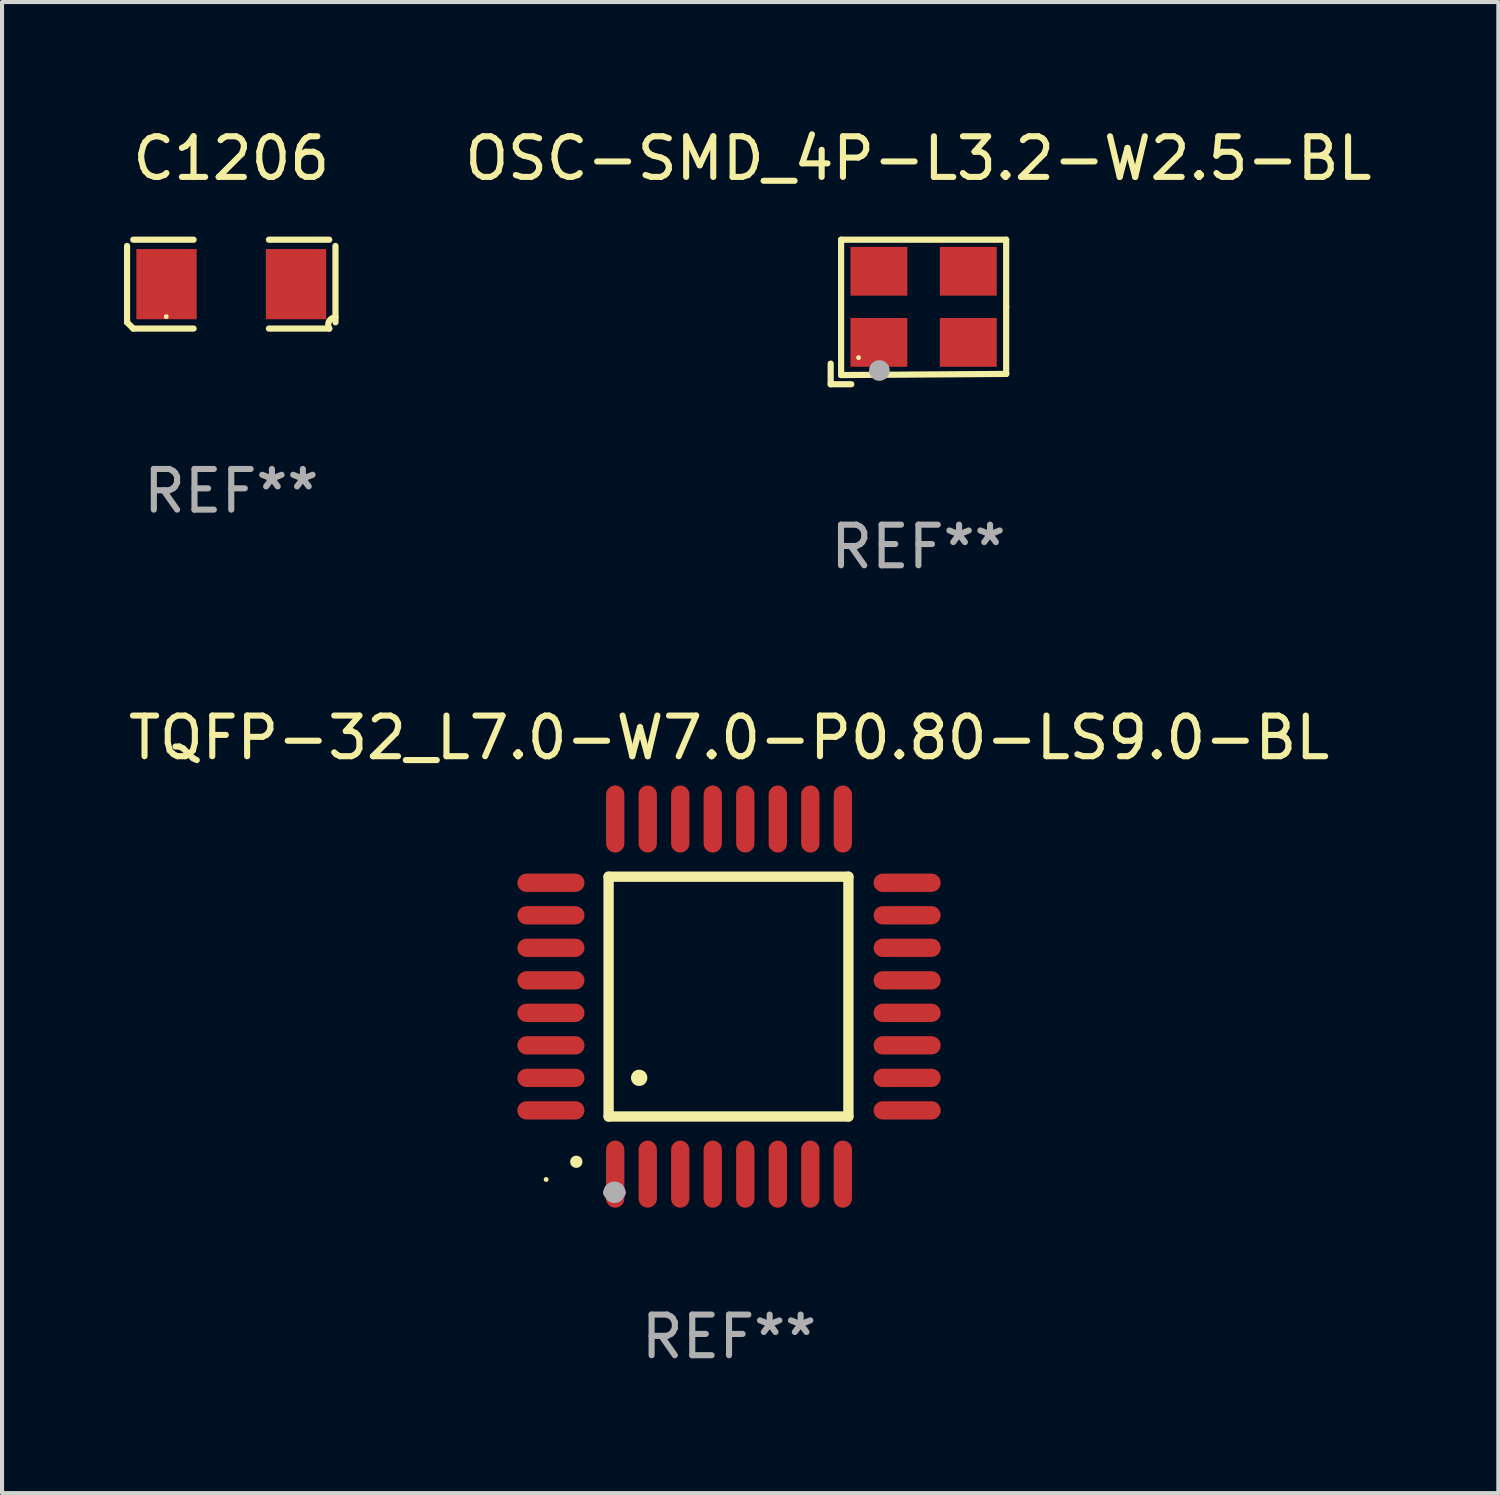
<source format=kicad_pcb>
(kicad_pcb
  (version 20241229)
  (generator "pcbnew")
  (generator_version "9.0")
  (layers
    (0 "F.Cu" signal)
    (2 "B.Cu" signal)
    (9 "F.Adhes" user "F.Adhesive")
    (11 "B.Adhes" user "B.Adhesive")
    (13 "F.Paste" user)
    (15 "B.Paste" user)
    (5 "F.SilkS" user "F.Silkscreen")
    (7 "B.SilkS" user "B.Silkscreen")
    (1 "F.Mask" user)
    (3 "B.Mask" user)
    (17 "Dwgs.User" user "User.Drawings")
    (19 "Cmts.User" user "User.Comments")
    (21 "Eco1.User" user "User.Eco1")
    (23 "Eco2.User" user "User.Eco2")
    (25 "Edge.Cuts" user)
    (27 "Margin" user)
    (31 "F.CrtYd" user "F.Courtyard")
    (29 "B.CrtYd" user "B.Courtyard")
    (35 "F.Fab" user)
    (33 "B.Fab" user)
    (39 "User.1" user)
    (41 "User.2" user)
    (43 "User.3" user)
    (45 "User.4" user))
  (footprint "OSC-SMD_4P-L3.2-W2.5-BL"
    (layer "F.Cu")
    (at 19.547 4.626)
    (property "Reference" "OSC-SMD_4P-L3.2-W2.5-BL" (at 0 -3.778 0) (layer "F.SilkS") (effects (font (size 1 1) (thickness 0.15))))
    (attr through_hole)
    (fp_line (start -2.159 1.27) (end -2.159 1.778) (stroke (width 0.152) (type solid)) (layer "F.SilkS"))
    (fp_line (start -2.159 1.778) (end -1.651 1.778) (stroke (width 0.152) (type solid)) (layer "F.SilkS"))
    (fp_line (start -1.902 -1.778) (end 2.159 -1.778) (stroke (width 0.152) (type solid)) (layer "F.SilkS"))
    (fp_line (start -1.902 1.552) (end -1.902 -1.778) (stroke (width 0.152) (type solid)) (layer "F.SilkS"))
    (fp_line (start 2.159 -1.778) (end 2.159 -0.127) (stroke (width 0.152) (type solid)) (layer "F.SilkS"))
    (fp_line (start 2.159 -0.127) (end 2.159 1.524) (stroke (width 0.152) (type solid)) (layer "F.SilkS"))
    (fp_line (start 2.159 1.524) (end -1.902 1.552) (stroke (width 0.152) (type solid)) (layer "F.SilkS"))
    (fp_line (start 2.159 1.524) (end 2.159 1.524) (stroke (width 0.152) (type solid)) (layer "F.SilkS"))
    (fp_circle (center -1.473 1.123) (end -1.443 1.123) (stroke (width 0.06) (type solid)) (fill no) (layer "F.SilkS"))
    (fp_circle (center -0.961 1.44) (end -0.834 1.44) (stroke (width 0.254) (type solid)) (fill no) (layer "F.Fab"))
    (fp_text user "REF**" (at 0 5.778 0) (layer "F.Fab") (effects (font (size 1 1) (thickness 0.15))))
    (pad "1" smd rect (at -0.973 0.748) (size 1.4 1.2) (layers "F.Cu" "F.Mask" "F.Paste"))
    (pad "2" smd rect (at 1.227 0.748) (size 1.4 1.2) (layers "F.Cu" "F.Mask" "F.Paste"))
    (pad "3" smd rect (at 1.227 -1.002) (size 1.4 1.2) (layers "F.Cu" "F.Mask" "F.Paste"))
    (pad "4" smd rect (at -0.973 -1.002) (size 1.4 1.2) (layers "F.Cu" "F.Mask" "F.Paste")))
  (footprint "TQFP-32_L7.0-W7.0-P0.80-LS9.0-BL"
    (layer "F.Cu")
    (at 14.887 21.47)
    (property "Reference" "TQFP-32_L7.0-W7.0-P0.80-LS9.0-BL" (at 0 -6.369 0) (layer "F.SilkS") (effects (font (size 1 1) (thickness 0.15))))
    (attr through_hole)
    (fp_line (start -2.963 -2.95) (end -2.963 2.95) (stroke (width 0.254) (type solid)) (layer "F.SilkS"))
    (fp_line (start -2.963 2.95) (end 2.937 2.95) (stroke (width 0.254) (type solid)) (layer "F.SilkS"))
    (fp_line (start 2.937 -2.95) (end -2.963 -2.95) (stroke (width 0.254) (type solid)) (layer "F.SilkS"))
    (fp_line (start 2.937 2.95) (end 2.937 -2.95) (stroke (width 0.254) (type solid)) (layer "F.SilkS"))
    (fp_arc (start -3.759208 4.064008) (mid -3.757938 4.064003) (end -3.756668 4.064008) (stroke (width 0.3) (type solid)) (layer "F.SilkS"))
    (fp_arc (start -2.212344 1.998984) (mid -2.211074 1.99898) (end -2.209804 1.998984) (stroke (width 0.4) (type solid)) (layer "F.SilkS"))
    (fp_circle (center -4.5 4.5) (end -4.47 4.5) (stroke (width 0.06) (type solid)) (fill no) (layer "F.SilkS"))
    (fp_arc (start -2.967489 4.82601) (mid -2.819406 4.677927) (end -2.671323 4.82601) (stroke (width 0.254001) (type solid)) (layer "F.Fab"))
    (fp_arc (start -2.967488 4.82601) (mid -2.819406 4.791053) (end -2.671324 4.82601) (stroke (width 0.254001) (type solid)) (layer "F.Fab"))
    (fp_circle (center -2.819 4.826) (end -2.692 4.826) (stroke (width 0.254) (type solid)) (fill no) (layer "F.Fab"))
    (fp_text user "REF**" (at 0 8.369 0) (layer "F.Fab") (effects (font (size 1 1) (thickness 0.15))))
    (pad "1" smd oval (at -2.8 4.369) (size 0.45 1.65) (layers "F.Cu" "F.Mask" "F.Paste"))
    (pad "2" smd oval (at -2 4.369) (size 0.45 1.65) (layers "F.Cu" "F.Mask" "F.Paste"))
    (pad "3" smd oval (at -1.2 4.369) (size 0.45 1.65) (layers "F.Cu" "F.Mask" "F.Paste"))
    (pad "4" smd oval (at -0.4 4.369) (size 0.45 1.65) (layers "F.Cu" "F.Mask" "F.Paste"))
    (pad "5" smd oval (at 0.4 4.369) (size 0.45 1.65) (layers "F.Cu" "F.Mask" "F.Paste"))
    (pad "6" smd oval (at 1.2 4.369) (size 0.45 1.65) (layers "F.Cu" "F.Mask" "F.Paste"))
    (pad "7" smd oval (at 2 4.369) (size 0.45 1.65) (layers "F.Cu" "F.Mask" "F.Paste"))
    (pad "8" smd oval (at 2.8 4.369) (size 0.45 1.65) (layers "F.Cu" "F.Mask" "F.Paste"))
    (pad "9" smd oval (at 4.382 2.8) (size 1.65 0.45) (layers "F.Cu" "F.Mask" "F.Paste"))
    (pad "10" smd oval (at 4.382 2) (size 1.65 0.45) (layers "F.Cu" "F.Mask" "F.Paste"))
    (pad "11" smd oval (at 4.382 1.2) (size 1.65 0.45) (layers "F.Cu" "F.Mask" "F.Paste"))
    (pad "12" smd oval (at 4.382 0.4) (size 1.65 0.45) (layers "F.Cu" "F.Mask" "F.Paste"))
    (pad "13" smd oval (at 4.382 -0.4) (size 1.65 0.45) (layers "F.Cu" "F.Mask" "F.Paste"))
    (pad "14" smd oval (at 4.382 -1.2) (size 1.65 0.45) (layers "F.Cu" "F.Mask" "F.Paste"))
    (pad "15" smd oval (at 4.382 -2) (size 1.65 0.45) (layers "F.Cu" "F.Mask" "F.Paste"))
    (pad "16" smd oval (at 4.382 -2.8) (size 1.65 0.45) (layers "F.Cu" "F.Mask" "F.Paste"))
    (pad "17" smd oval (at 2.8 -4.369) (size 0.45 1.65) (layers "F.Cu" "F.Mask" "F.Paste"))
    (pad "18" smd oval (at 2 -4.369) (size 0.45 1.65) (layers "F.Cu" "F.Mask" "F.Paste"))
    (pad "19" smd oval (at 1.2 -4.369) (size 0.45 1.65) (layers "F.Cu" "F.Mask" "F.Paste"))
    (pad "20" smd oval (at 0.4 -4.369) (size 0.45 1.65) (layers "F.Cu" "F.Mask" "F.Paste"))
    (pad "21" smd oval (at -0.4 -4.369) (size 0.45 1.65) (layers "F.Cu" "F.Mask" "F.Paste"))
    (pad "22" smd oval (at -1.2 -4.369) (size 0.45 1.65) (layers "F.Cu" "F.Mask" "F.Paste"))
    (pad "23" smd oval (at -2 -4.369) (size 0.45 1.65) (layers "F.Cu" "F.Mask" "F.Paste"))
    (pad "24" smd oval (at -2.8 -4.369) (size 0.45 1.65) (layers "F.Cu" "F.Mask" "F.Paste"))
    (pad "25" smd oval (at -4.382 -2.8) (size 1.65 0.45) (layers "F.Cu" "F.Mask" "F.Paste"))
    (pad "26" smd oval (at -4.382 -2) (size 1.65 0.45) (layers "F.Cu" "F.Mask" "F.Paste"))
    (pad "27" smd oval (at -4.382 -1.2) (size 1.65 0.45) (layers "F.Cu" "F.Mask" "F.Paste"))
    (pad "28" smd oval (at -4.382 -0.4) (size 1.65 0.45) (layers "F.Cu" "F.Mask" "F.Paste"))
    (pad "29" smd oval (at -4.382 0.4) (size 1.65 0.45) (layers "F.Cu" "F.Mask" "F.Paste"))
    (pad "30" smd oval (at -4.382 1.2) (size 1.65 0.45) (layers "F.Cu" "F.Mask" "F.Paste"))
    (pad "31" smd oval (at -4.382 2) (size 1.65 0.45) (layers "F.Cu" "F.Mask" "F.Paste"))
    (pad "32" smd oval (at -4.382 2.8) (size 1.65 0.45) (layers "F.Cu" "F.Mask" "F.Paste")))
  (footprint "C1206"
    (layer "F.Cu")
    (at 2.64 3.941)
    (property "Reference" "C1206" (at 0 -3.093 0) (layer "F.SilkS") (effects (font (size 1 1) (thickness 0.15))))
    (attr through_hole)
    (fp_line (start -2.564 0.94) (end -2.564 -0.94) (stroke (width 0.152) (type solid)) (layer "F.SilkS"))
    (fp_line (start -2.411 -1.093) (end -0.926 -1.093) (stroke (width 0.152) (type solid)) (layer "F.SilkS"))
    (fp_line (start -0.926 1.093) (end -2.411 1.093) (stroke (width 0.152) (type solid)) (layer "F.SilkS"))
    (fp_line (start 0.926 1.093) (end 2.411 1.093) (stroke (width 0.152) (type solid)) (layer "F.SilkS"))
    (fp_line (start 2.411 -1.093) (end 0.926 -1.093) (stroke (width 0.152) (type solid)) (layer "F.SilkS"))
    (fp_line (start 2.564 0.94) (end 2.564 -0.94) (stroke (width 0.152) (type solid)) (layer "F.SilkS"))
    (fp_arc (start -2.411201 1.092609) (mid -2.487413 1.01642) (end -2.563602 0.940208) (stroke (width 0.1524) (type solid)) (layer "F.SilkS"))
    (fp_arc (start 2.411201 1.092609) (mid 2.407159 0.911226) (end 2.563602 0.819347) (stroke (width 0.1524) (type solid)) (layer "F.SilkS"))
    (fp_circle (center -1.6 0.8) (end -1.57 0.8) (stroke (width 0.06) (type solid)) (fill no) (layer "F.SilkS"))
    (fp_text user "REF**" (at 0 5.093 0) (layer "F.Fab") (effects (font (size 1 1) (thickness 0.15))))
    (pad "1" smd rect (at -1.593 0) (size 1.485 1.728) (layers "F.Cu" "F.Mask" "F.Paste"))
    (pad "2" smd rect (at 1.593 0) (size 1.485 1.728) (layers "F.Cu" "F.Mask" "F.Paste")))
  (gr_rect
    (start -3 -3)
    (end 33.815 33.687)
    (stroke (width 0.1) (type default))
    (fill no)
    (layer "Edge.Cuts")))
</source>
